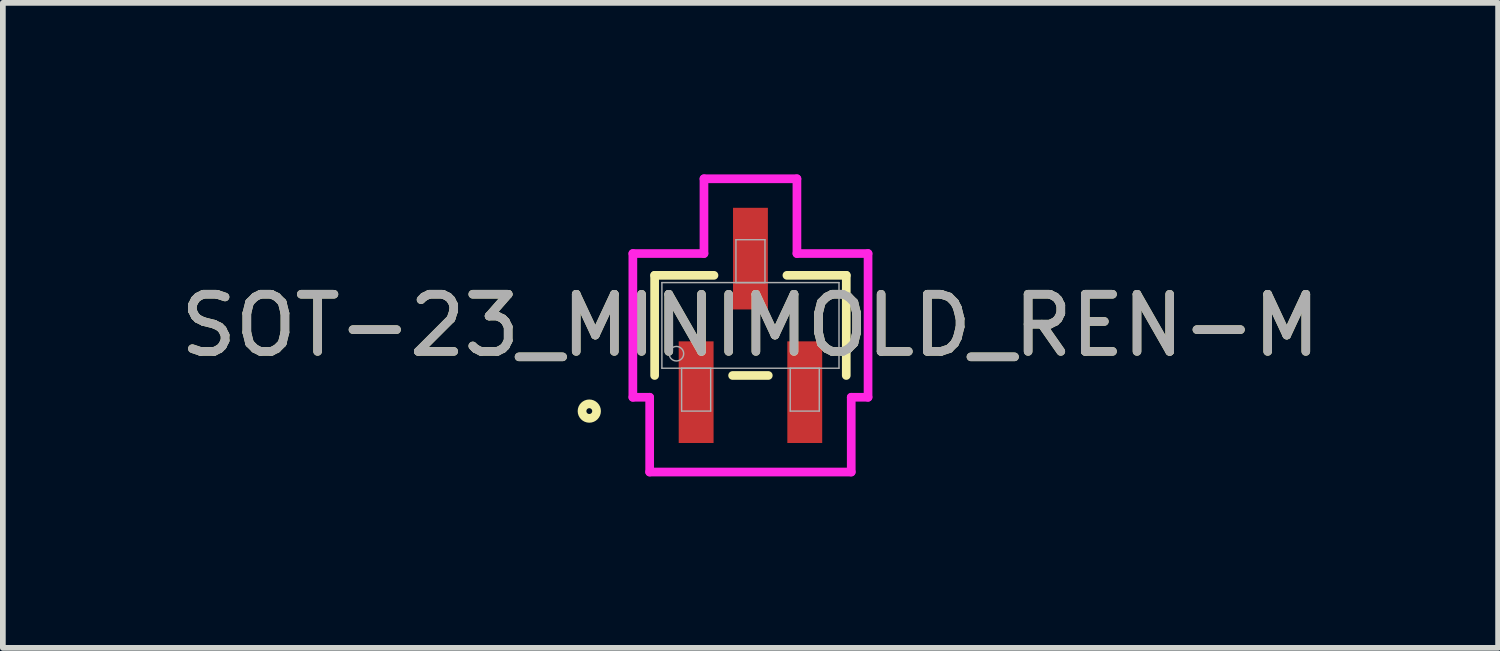
<source format=kicad_pcb>
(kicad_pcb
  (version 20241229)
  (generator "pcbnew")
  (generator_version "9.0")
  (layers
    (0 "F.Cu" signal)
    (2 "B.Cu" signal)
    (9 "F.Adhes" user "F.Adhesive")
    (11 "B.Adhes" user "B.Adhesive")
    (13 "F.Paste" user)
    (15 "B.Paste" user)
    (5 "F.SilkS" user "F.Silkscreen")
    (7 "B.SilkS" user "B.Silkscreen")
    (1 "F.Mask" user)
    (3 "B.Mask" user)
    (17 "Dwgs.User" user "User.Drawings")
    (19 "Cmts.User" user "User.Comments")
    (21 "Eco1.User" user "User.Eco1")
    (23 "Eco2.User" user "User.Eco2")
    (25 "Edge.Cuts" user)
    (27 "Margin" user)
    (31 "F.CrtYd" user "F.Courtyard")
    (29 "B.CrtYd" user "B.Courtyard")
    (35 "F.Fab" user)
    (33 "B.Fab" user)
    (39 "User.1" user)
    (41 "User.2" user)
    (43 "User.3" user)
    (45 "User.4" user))
  (footprint "SOT-23_MINIMOLD_REN-M"
    (layer "F.Cu")
    (at 10.077 2.642)
    (property "Reference" "SOT-23_MINIMOLD_REN-M" (at 0 0 0) (unlocked yes) (layer "F.SilkS") (effects (font (size 1 1) (thickness 0.15))))
    (attr smd)
    (fp_line (start -1.676 -0.876) (end -1.676 0.876) (stroke (width 0.152) (type solid)) (layer "F.SilkS"))
    (fp_line (start -0.638 -0.876) (end -1.676 -0.876) (stroke (width 0.152) (type solid)) (layer "F.SilkS"))
    (fp_line (start -0.312 0.876) (end 0.312 0.876) (stroke (width 0.152) (type solid)) (layer "F.SilkS"))
    (fp_line (start 1.676 -0.876) (end 0.638 -0.876) (stroke (width 0.152) (type solid)) (layer "F.SilkS"))
    (fp_line (start 1.676 0.876) (end 1.676 -0.876) (stroke (width 0.152) (type solid)) (layer "F.SilkS"))
    (fp_circle (center -2.819 1.499) (end -2.692 1.499) (stroke (width 0.152) (type solid)) (fill no) (layer "F.SilkS"))
    (fp_line (start -2.057 -1.257) (end -0.813 -1.257) (stroke (width 0.152) (type solid)) (layer "F.CrtYd"))
    (fp_line (start -2.057 1.257) (end -2.057 -1.257) (stroke (width 0.152) (type solid)) (layer "F.CrtYd"))
    (fp_line (start -2.057 1.257) (end -1.763 1.257) (stroke (width 0.152) (type solid)) (layer "F.CrtYd"))
    (fp_line (start -1.763 1.257) (end -1.763 2.565) (stroke (width 0.152) (type solid)) (layer "F.CrtYd"))
    (fp_line (start -1.763 2.565) (end 1.763 2.565) (stroke (width 0.152) (type solid)) (layer "F.CrtYd"))
    (fp_line (start -0.813 -2.565) (end 0.813 -2.565) (stroke (width 0.152) (type solid)) (layer "F.CrtYd"))
    (fp_line (start -0.813 -1.257) (end -0.813 -2.565) (stroke (width 0.152) (type solid)) (layer "F.CrtYd"))
    (fp_line (start 0.813 -1.257) (end 0.813 -2.565) (stroke (width 0.152) (type solid)) (layer "F.CrtYd"))
    (fp_line (start 1.763 1.257) (end 1.763 2.565) (stroke (width 0.152) (type solid)) (layer "F.CrtYd"))
    (fp_line (start 2.057 -1.257) (end 0.813 -1.257) (stroke (width 0.152) (type solid)) (layer "F.CrtYd"))
    (fp_line (start 2.057 -1.257) (end 2.057 1.257) (stroke (width 0.152) (type solid)) (layer "F.CrtYd"))
    (fp_line (start 2.057 1.257) (end 1.763 1.257) (stroke (width 0.152) (type solid)) (layer "F.CrtYd"))
    (fp_line (start -1.549 -0.749) (end -1.549 0.749) (stroke (width 0.025) (type solid)) (layer "F.Fab"))
    (fp_line (start -1.549 0.749) (end 1.549 0.749) (stroke (width 0.025) (type solid)) (layer "F.Fab"))
    (fp_line (start -1.204 0.749) (end -1.204 1.499) (stroke (width 0.025) (type solid)) (layer "F.Fab"))
    (fp_line (start -1.204 1.499) (end -0.696 1.499) (stroke (width 0.025) (type solid)) (layer "F.Fab"))
    (fp_line (start -0.696 0.749) (end -1.204 0.749) (stroke (width 0.025) (type solid)) (layer "F.Fab"))
    (fp_line (start -0.696 1.499) (end -0.696 0.749) (stroke (width 0.025) (type solid)) (layer "F.Fab"))
    (fp_line (start -0.254 -1.499) (end -0.254 -0.749) (stroke (width 0.025) (type solid)) (layer "F.Fab"))
    (fp_line (start -0.254 -0.749) (end 0.254 -0.749) (stroke (width 0.025) (type solid)) (layer "F.Fab"))
    (fp_line (start 0.254 -1.499) (end -0.254 -1.499) (stroke (width 0.025) (type solid)) (layer "F.Fab"))
    (fp_line (start 0.254 -0.749) (end 0.254 -1.499) (stroke (width 0.025) (type solid)) (layer "F.Fab"))
    (fp_line (start 0.696 0.749) (end 0.696 1.499) (stroke (width 0.025) (type solid)) (layer "F.Fab"))
    (fp_line (start 0.696 1.499) (end 1.204 1.499) (stroke (width 0.025) (type solid)) (layer "F.Fab"))
    (fp_line (start 1.204 0.749) (end 0.696 0.749) (stroke (width 0.025) (type solid)) (layer "F.Fab"))
    (fp_line (start 1.204 1.499) (end 1.204 0.749) (stroke (width 0.025) (type solid)) (layer "F.Fab"))
    (fp_line (start 1.549 -0.749) (end -1.549 -0.749) (stroke (width 0.025) (type solid)) (layer "F.Fab"))
    (fp_line (start 1.549 0.749) (end 1.549 -0.749) (stroke (width 0.025) (type solid)) (layer "F.Fab"))
    (fp_circle (center -1.295 0.495) (end -1.168 0.495) (stroke (width 0.025) (type solid)) (fill no) (layer "F.Fab"))
    (fp_text user "${REFERENCE}" (at 0 0 0) (unlocked yes) (layer "F.Fab") (effects (font (size 1 1) (thickness 0.15))))
    (pad "1" smd rect (at -0.95 1.168) (size 0.61 1.778) (layers "F.Cu" "F.Mask" "F.Paste"))
    (pad "2" smd rect (at 0.95 1.168) (size 0.61 1.778) (layers "F.Cu" "F.Mask" "F.Paste"))
    (pad "3" smd rect (at 0 -1.168) (size 0.61 1.778) (layers "F.Cu" "F.Mask" "F.Paste")))
  (gr_rect
    (start -3 -3)
    (end 23.155 8.283)
    (stroke (width 0.1) (type default))
    (fill no)
    (layer "Edge.Cuts")))
</source>
